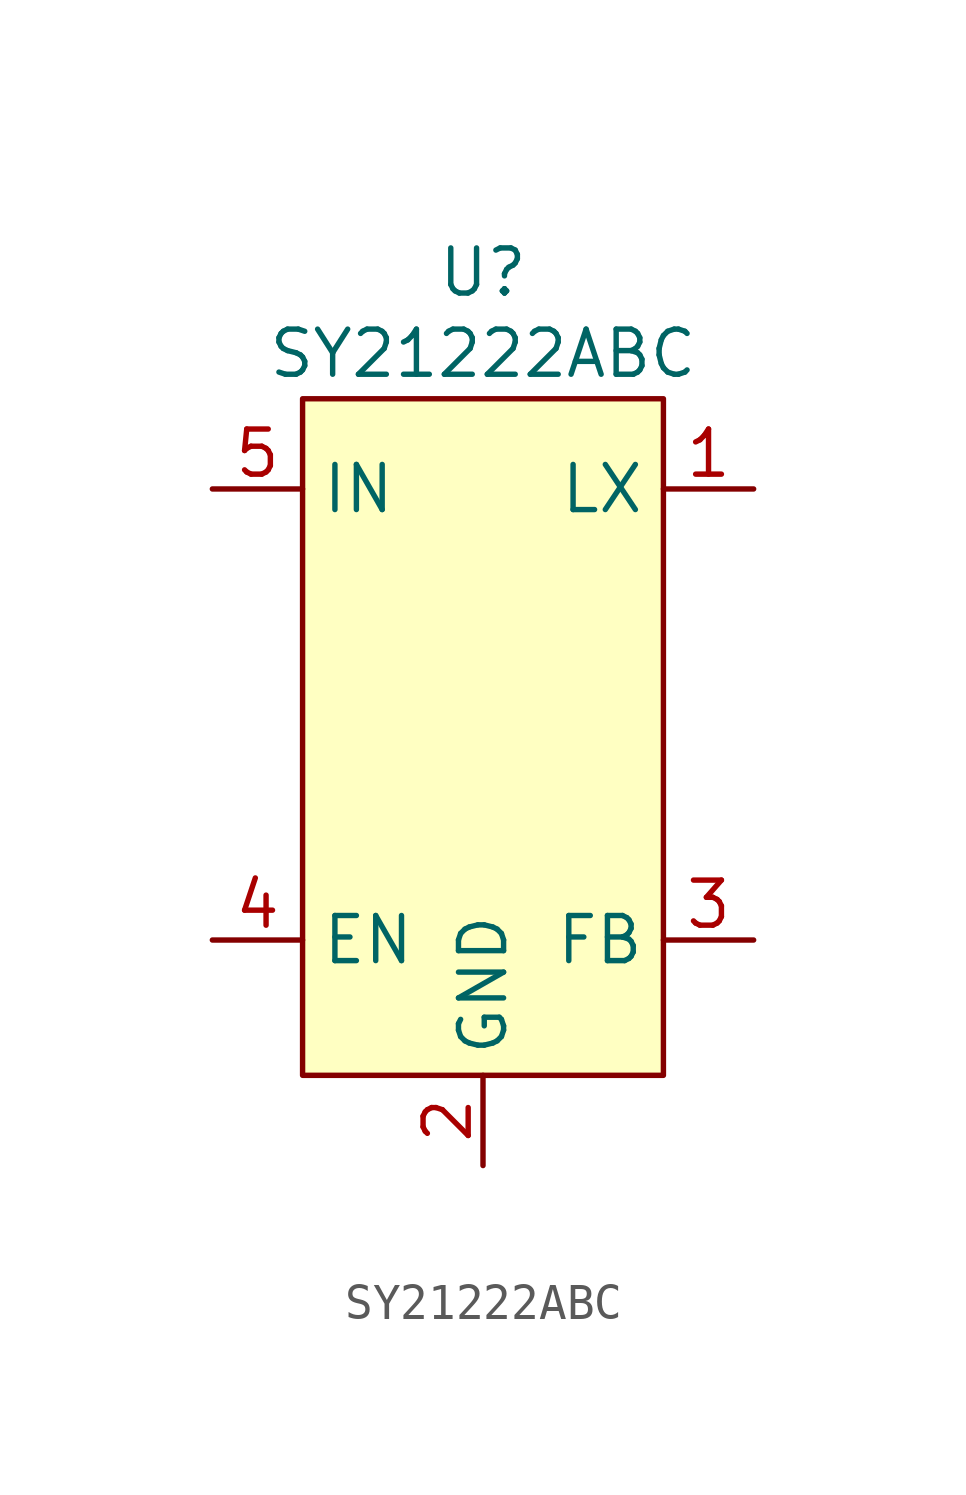
<source format=kicad_sym>
(kicad_symbol_lib
  (version 20241209)
  (generator "kicad_symbol_editor")
  (generator_version "9.0")
  (symbol "SY21222ABC"
    (property "Reference" "U"
      (at 0 12.446 0)
      (effects (font (size 1.27 1.27))))
    (property "Value" "SY21222ABC"
      (at 0 10.16 0)
      (effects (font (size 1.27 1.27))))
    (symbol "SY21222ABC_1_1"
      (rectangle (start -5.08 8.89) (end 5.08 -10.16) (stroke (width 0) (type solid)) (fill (type background)))
      (pin input line (at -7.62 6.35 0) (length 2.54) (name "IN" (effects (font (size 1.27 1.27)))) (number "5" (effects (font (size 1.27 1.27)))))
      (pin no_connect line (at -7.62 0 0) (length 2.54) (hide yes) (name "NC" (effects (font (size 1.27 1.27)))) (number "6" (effects (font (size 1.27 1.27)))))
      (pin input line (at -7.62 -6.35 0) (length 2.54) (name "EN" (effects (font (size 1.27 1.27)))) (number "4" (effects (font (size 1.27 1.27)))))
      (pin power_out line (at 0 -12.7 90) (length 2.54) (name "GND" (effects (font (size 1.27 1.27)))) (number "2" (effects (font (size 1.27 1.27)))))
      (pin input line (at 7.62 6.35 180) (length 2.54) (name "LX" (effects (font (size 1.27 1.27)))) (number "1" (effects (font (size 1.27 1.27)))))
      (pin input line (at 7.62 -6.35 180) (length 2.54) (name "FB" (effects (font (size 1.27 1.27)))) (number "3" (effects (font (size 1.27 1.27))))))))
</source>
